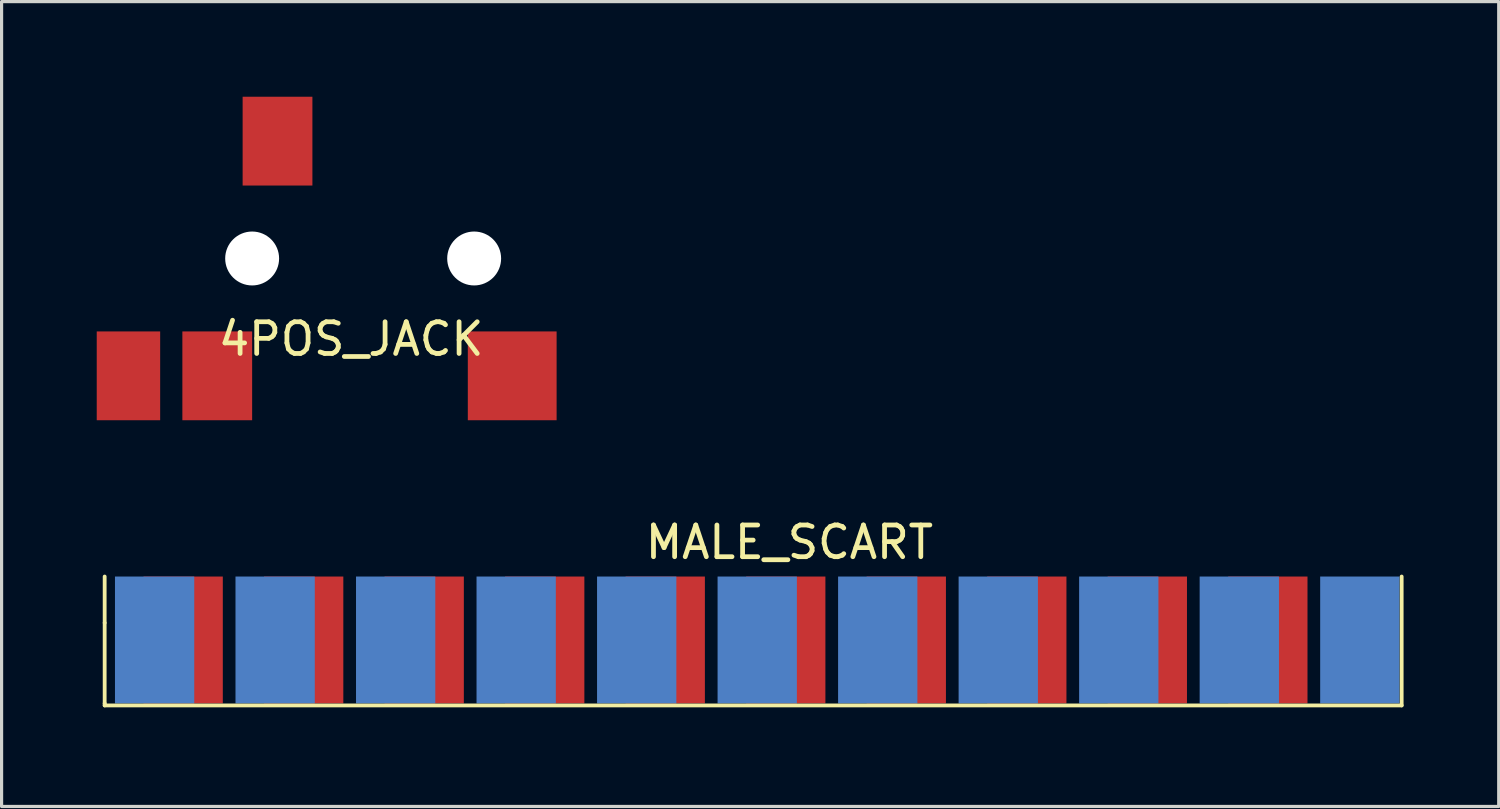
<source format=kicad_pcb>
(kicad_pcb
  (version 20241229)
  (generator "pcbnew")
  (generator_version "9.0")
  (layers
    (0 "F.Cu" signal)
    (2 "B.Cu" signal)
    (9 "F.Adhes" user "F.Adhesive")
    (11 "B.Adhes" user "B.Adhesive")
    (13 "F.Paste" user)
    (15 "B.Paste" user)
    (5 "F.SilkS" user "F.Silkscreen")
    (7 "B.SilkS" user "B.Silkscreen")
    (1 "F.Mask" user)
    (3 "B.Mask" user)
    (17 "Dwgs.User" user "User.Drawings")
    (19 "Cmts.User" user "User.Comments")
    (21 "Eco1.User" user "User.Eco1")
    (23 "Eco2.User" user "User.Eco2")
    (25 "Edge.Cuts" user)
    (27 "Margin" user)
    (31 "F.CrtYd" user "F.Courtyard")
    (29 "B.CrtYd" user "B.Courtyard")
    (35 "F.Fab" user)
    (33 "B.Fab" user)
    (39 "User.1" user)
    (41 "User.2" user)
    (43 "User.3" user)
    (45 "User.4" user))
  (footprint "4POS_JACK"
    (layer "F.Cu")
    (at 0.4 5.1)
    (property "Reference" "4POS_JACK" (at 7.62 2.54 0) (layer "F.SilkS") (effects (font (size 1 1) (thickness 0.15))))
    (attr through_hole)
    (pad "" np_thru_hole circle (at 4.5 0) (size 1.7 1.7) (drill 1.7) (layers "*.Cu" "*.Mask"))
    (pad "" np_thru_hole circle (at 11.5 0) (size 1.7 1.7) (drill 1.7) (layers "*.Cu" "*.Mask"))
    (pad "1" smd rect (at 0.6 3.7) (size 2 2.8) (layers "F.Cu" "F.Mask" "F.Paste"))
    (pad "2" smd rect (at 12.7 3.7) (size 2.8 2.8) (layers "F.Cu" "F.Mask" "F.Paste"))
    (pad "3" smd rect (at 5.3 -3.7) (size 2.2 2.8) (layers "F.Cu" "F.Mask" "F.Paste"))
    (pad "4" smd rect (at 3.4 3.7) (size 2.2 2.8) (layers "F.Cu" "F.Mask" "F.Paste")))
  (footprint "MALE_SCART"
    (layer "F.Cu")
    (at 0.25 19.128)
    (property "Reference" "MALE_SCART" (at 21.59 -5.08 0) (layer "F.SilkS") (effects (font (size 1 1) (thickness 0.15))))
    (attr through_hole)
    (fp_line (start 0 -2.54) (end 0 -4) (stroke (width 0.12) (type solid)) (layer "F.SilkS"))
    (fp_line (start 0 0) (end 0 -2.54) (stroke (width 0.12) (type solid)) (layer "F.SilkS"))
    (fp_line (start 0 0) (end 0 0.064) (stroke (width 0.12) (type solid)) (layer "F.SilkS"))
    (fp_line (start 0 0.064) (end 40.894 0.064) (stroke (width 0.12) (type solid)) (layer "F.SilkS"))
    (fp_line (start 40.894 0.064) (end 40.894 -4) (stroke (width 0.12) (type solid)) (layer "F.SilkS"))
    (pad "1" smd rect (at 1.575 -2) (size 2.5 4) (layers "F.Mask" "B.Cu" "F.Paste"))
    (pad "2" smd rect (at 2.475 -2) (size 2.5 4) (layers "F.Cu" "F.Mask" "F.Paste"))
    (pad "3" smd rect (at 5.375 -2) (size 2.5 4) (layers "F.Mask" "B.Cu" "F.Paste"))
    (pad "4" smd rect (at 6.275 -2) (size 2.5 4) (layers "F.Cu" "F.Mask" "F.Paste"))
    (pad "5" smd rect (at 9.175 -2) (size 2.5 4) (layers "F.Mask" "B.Cu" "F.Paste"))
    (pad "6" smd rect (at 10.075 -2) (size 2.5 4) (layers "F.Cu" "F.Mask" "F.Paste"))
    (pad "7" smd rect (at 12.975 -2) (size 2.5 4) (layers "F.Mask" "B.Cu" "F.Paste"))
    (pad "8" smd rect (at 13.875 -2) (size 2.5 4) (layers "F.Cu" "F.Mask" "F.Paste"))
    (pad "9" smd rect (at 16.775 -2) (size 2.5 4) (layers "F.Mask" "B.Cu" "F.Paste"))
    (pad "10" smd rect (at 17.675 -2) (size 2.5 4) (layers "F.Cu" "F.Mask" "F.Paste"))
    (pad "11" smd rect (at 20.575 -2) (size 2.5 4) (layers "F.Mask" "B.Cu" "F.Paste"))
    (pad "12" smd rect (at 21.475 -2) (size 2.5 4) (layers "F.Cu" "F.Mask" "F.Paste"))
    (pad "13" smd rect (at 24.375 -2) (size 2.5 4) (layers "F.Mask" "B.Cu" "F.Paste"))
    (pad "14" smd rect (at 25.275 -2) (size 2.5 4) (layers "F.Cu" "F.Mask" "F.Paste"))
    (pad "15" smd rect (at 28.175 -2) (size 2.5 4) (layers "F.Mask" "B.Cu" "F.Paste"))
    (pad "16" smd rect (at 29.075 -2) (size 2.5 4) (layers "F.Cu" "F.Mask" "F.Paste"))
    (pad "17" smd rect (at 31.975 -2) (size 2.5 4) (layers "F.Mask" "B.Cu" "F.Paste"))
    (pad "18" smd rect (at 32.875 -2) (size 2.5 4) (layers "F.Cu" "F.Mask" "F.Paste"))
    (pad "19" smd rect (at 35.775 -2) (size 2.5 4) (layers "F.Mask" "B.Cu" "F.Paste"))
    (pad "20" smd rect (at 36.675 -2) (size 2.5 4) (layers "F.Cu" "F.Mask" "F.Paste"))
    (pad "21" smd rect (at 39.575 -2) (size 2.5 4) (layers "F.Mask" "B.Cu" "F.Paste")))
  (gr_rect
    (start -3 -3)
    (end 44.204 22.378)
    (stroke (width 0.1) (type default))
    (fill no)
    (layer "Edge.Cuts")))
</source>
